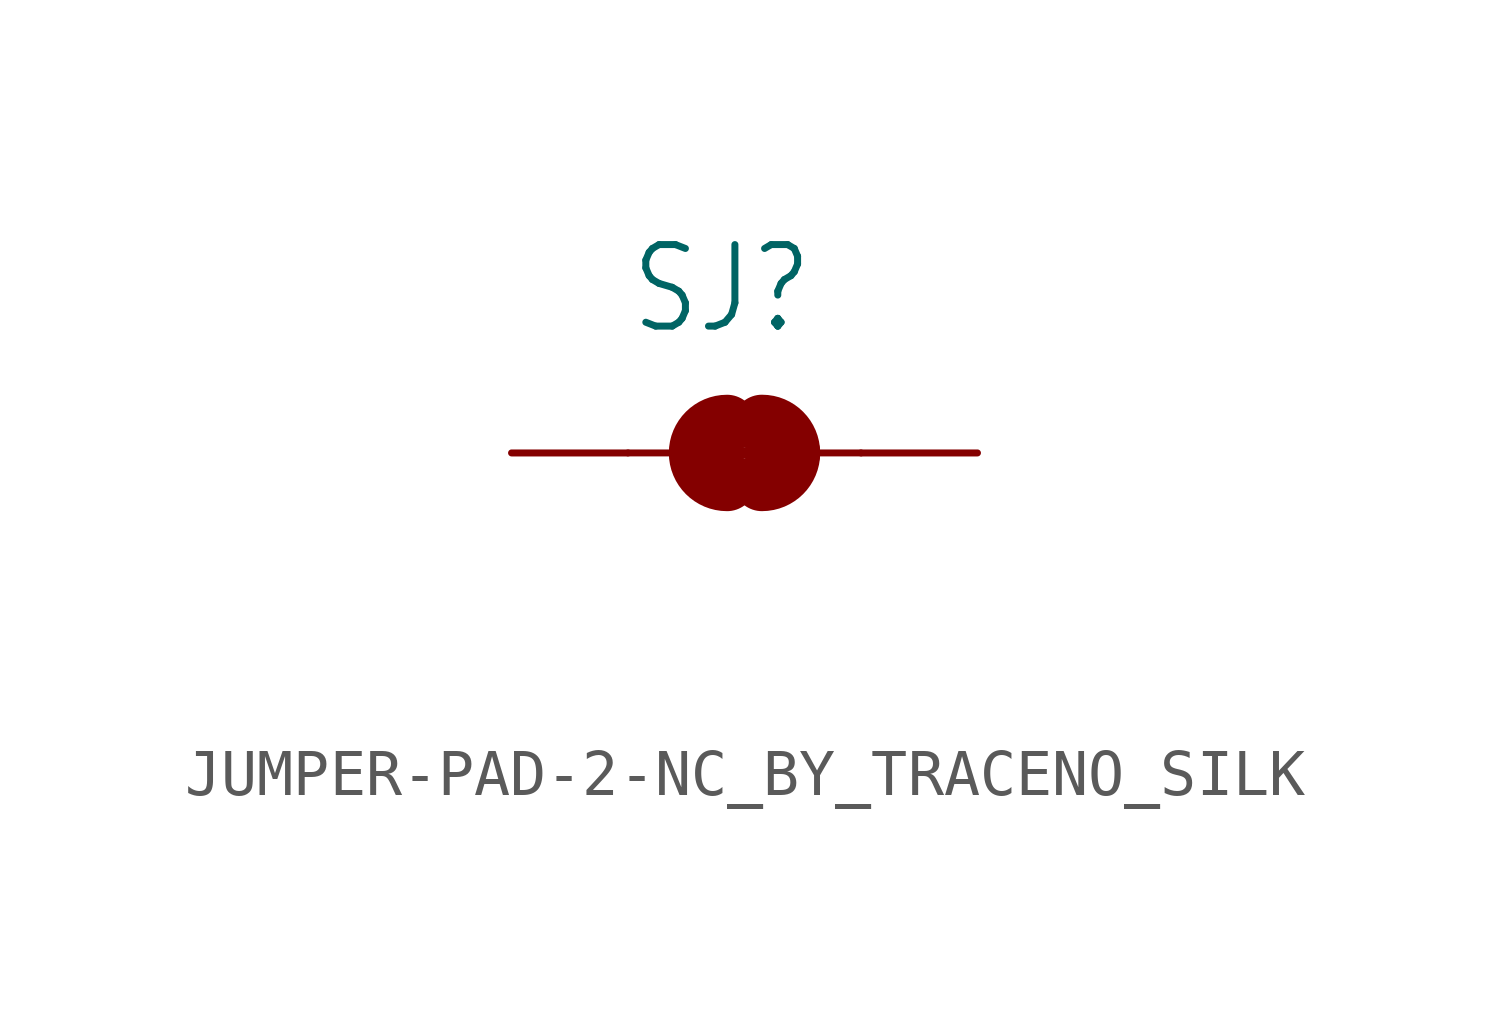
<source format=kicad_sym>
(kicad_symbol_lib
  (version 20220914)
  (generator kicad_symbol_editor)
  (symbol "JUMPER-PAD-2-NC_BY_TRACENO_SILK"
    (property "Reference" "SJ"
      (at -2.54 2.54 0)
      (effects (font (size 1.778 1.511)) (justify left bottom)))
    (property "Value" ""
      (at -2.54 -5.08 0)
      (effects (font (size 1.778 1.511)) (justify left bottom)))
    (property "ki_locked" ""
      (at 0 0 0)
      (effects (font (size 1.27 1.27))))
    (symbol "JUMPER-PAD-2-NC_BY_TRACENO_SILK_1_0"
      (arc (start -0.3808 0.635) (mid -1.0159 0.0001) (end -0.381 -0.635) (stroke (width 1.27) (type solid)) (fill (type none)))
      (polyline (pts (xy -2.54 0) (xy -1.651 0)) (stroke (width 0.152) (type solid)) (fill (type none)))
      (polyline (pts (xy -0.762 0) (xy 1.016 0)) (stroke (width 0.254) (type solid)) (fill (type none)))
      (polyline (pts (xy 2.54 0) (xy 1.651 0)) (stroke (width 0.152) (type solid)) (fill (type none)))
      (arc (start 0.3809 -0.6351) (mid 0.83 -0.4491) (end 1.016 0) (stroke (width 1.27) (type solid)) (fill (type none)))
      (arc (start 1.0159 -0.0001) (mid 0.83 0.4489) (end 0.381 0.635) (stroke (width 1.27) (type solid)) (fill (type none)))
      (pin passive line (at -5.08 0 0) (length 2.54) (name "1" (effects (font (size 0 0)))) (number "1" (effects (font (size 0 0)))))
      (pin passive line (at 5.08 0 180) (length 2.54) (name "2" (effects (font (size 0 0)))) (number "2" (effects (font (size 0 0))))))))
</source>
